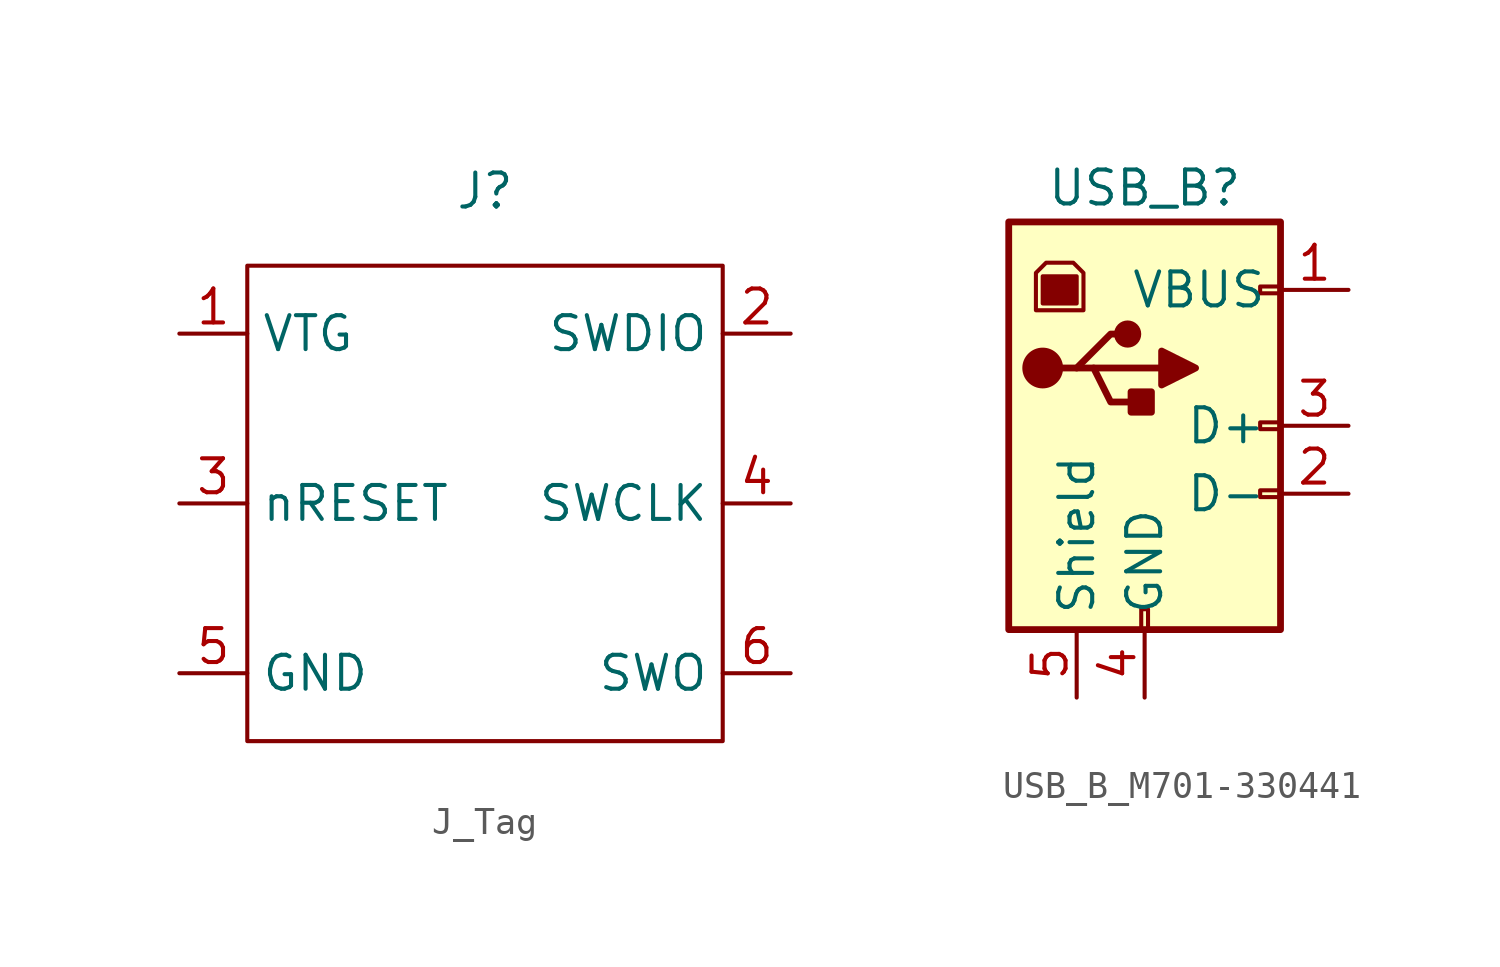
<source format=kicad_sym>
(kicad_symbol_lib
  (version 20231120)
  (generator "kicad_symbol_editor")
  (generator_version "8.0")
  (symbol "J_Tag"
    (property "Reference" "J"
      (at 0 1.524 0)
      (effects (font (size 1.27 1.27))))
    (property "Value" ""
      (at 0 0 0)
      (effects (font (size 1.27 1.27))))
    (symbol "J_Tag_0_1"
      (rectangle (start -8.89 -1.27) (end 8.89 -19.05) (stroke (width 0) (type default)) (fill (type none))))
    (symbol "J_Tag_1_1"
      (pin input line (at -11.43 -3.81 0) (length 2.54) (name "VTG" (effects (font (size 1.27 1.27)))) (number "1" (effects (font (size 1.27 1.27)))))
      (pin input line (at 11.43 -3.81 180) (length 2.54) (name "SWDIO" (effects (font (size 1.27 1.27)))) (number "2" (effects (font (size 1.27 1.27)))))
      (pin input line (at -11.43 -10.16 0) (length 2.54) (name "nRESET" (effects (font (size 1.27 1.27)))) (number "3" (effects (font (size 1.27 1.27)))))
      (pin input line (at 11.43 -10.16 180) (length 2.54) (name "SWCLK" (effects (font (size 1.27 1.27)))) (number "4" (effects (font (size 1.27 1.27)))))
      (pin input line (at -11.43 -16.51 0) (length 2.54) (name "GND" (effects (font (size 1.27 1.27)))) (number "5" (effects (font (size 1.27 1.27)))))
      (pin input line (at 11.43 -16.51 180) (length 2.54) (name "SWO" (effects (font (size 1.27 1.27)))) (number "6" (effects (font (size 1.27 1.27)))))))
  (symbol "USB_B_M701-330441"
    (property "Reference" "USB_B"
      (at 0 0 0)
      (effects (font (size 1.27 1.27))))
    (property "Value" ""
      (at 0 0 0)
      (effects (font (size 1.27 1.27))))
    (symbol "USB_B_M701-330441_0_1"
      (rectangle (start -5.08 -16.51) (end 5.08 -1.27) (stroke (width 0.254) (type default)) (fill (type background)))
      (circle (center -3.81 -6.731) (radius 0.635) (stroke (width 0.254) (type default)) (fill (type outline)))
      (rectangle (start -3.81 -3.302) (end -2.54 -4.318) (stroke (width 0) (type default)) (fill (type outline)))
      (circle (center -0.635 -5.461) (radius 0.381) (stroke (width 0.254) (type default)) (fill (type outline)))
      (rectangle (start -0.127 -16.51) (end 0.127 -15.748) (stroke (width 0) (type default)) (fill (type none)))
      (polyline (pts (xy -1.905 -6.731) (xy 0.635 -6.731)) (stroke (width 0.254) (type default)) (fill (type none)))
      (polyline (pts (xy -3.175 -6.731) (xy -2.54 -6.731) (xy -1.27 -5.461) (xy -0.635 -5.461)) (stroke (width 0.254) (type default)) (fill (type none)))
      (polyline (pts (xy -2.54 -6.731) (xy -1.905 -6.731) (xy -1.27 -8.001) (xy 0 -8.001)) (stroke (width 0.254) (type default)) (fill (type none)))
      (polyline (pts (xy 0.635 -6.096) (xy 0.635 -7.366) (xy 1.905 -6.731) (xy 0.635 -6.096)) (stroke (width 0.254) (type default)) (fill (type outline)))
      (polyline (pts (xy -4.064 -4.572) (xy -2.286 -4.572) (xy -2.286 -3.175) (xy -2.667 -2.794) (xy -3.683 -2.794) (xy -4.064 -3.175) (xy -4.064 -4.572)) (stroke (width 0) (type default)) (fill (type none)))
      (rectangle (start 0.254 -7.62) (end -0.508 -8.382) (stroke (width 0.254) (type default)) (fill (type outline)))
      (rectangle (start 5.08 -11.557) (end 4.318 -11.303) (stroke (width 0) (type default)) (fill (type none)))
      (rectangle (start 5.08 -9.017) (end 4.318 -8.763) (stroke (width 0) (type default)) (fill (type none)))
      (rectangle (start 5.08 -3.937) (end 4.318 -3.683) (stroke (width 0) (type default)) (fill (type none))))
    (symbol "USB_B_M701-330441_1_1"
      (pin power_out line (at 7.62 -3.81 180) (length 2.54) (name "VBUS" (effects (font (size 1.27 1.27)))) (number "1" (effects (font (size 1.27 1.27)))))
      (pin bidirectional line (at 7.62 -11.43 180) (length 2.54) (name "D-" (effects (font (size 1.27 1.27)))) (number "2" (effects (font (size 1.27 1.27)))))
      (pin bidirectional line (at 7.62 -8.89 180) (length 2.54) (name "D+" (effects (font (size 1.27 1.27)))) (number "3" (effects (font (size 1.27 1.27)))))
      (pin power_out line (at 0 -19.05 90) (length 2.54) (name "GND" (effects (font (size 1.27 1.27)))) (number "4" (effects (font (size 1.27 1.27)))))
      (pin passive line (at -2.54 -19.05 90) (length 2.54) (name "Shield" (effects (font (size 1.27 1.27)))) (number "5" (effects (font (size 1.27 1.27))))))))
</source>
